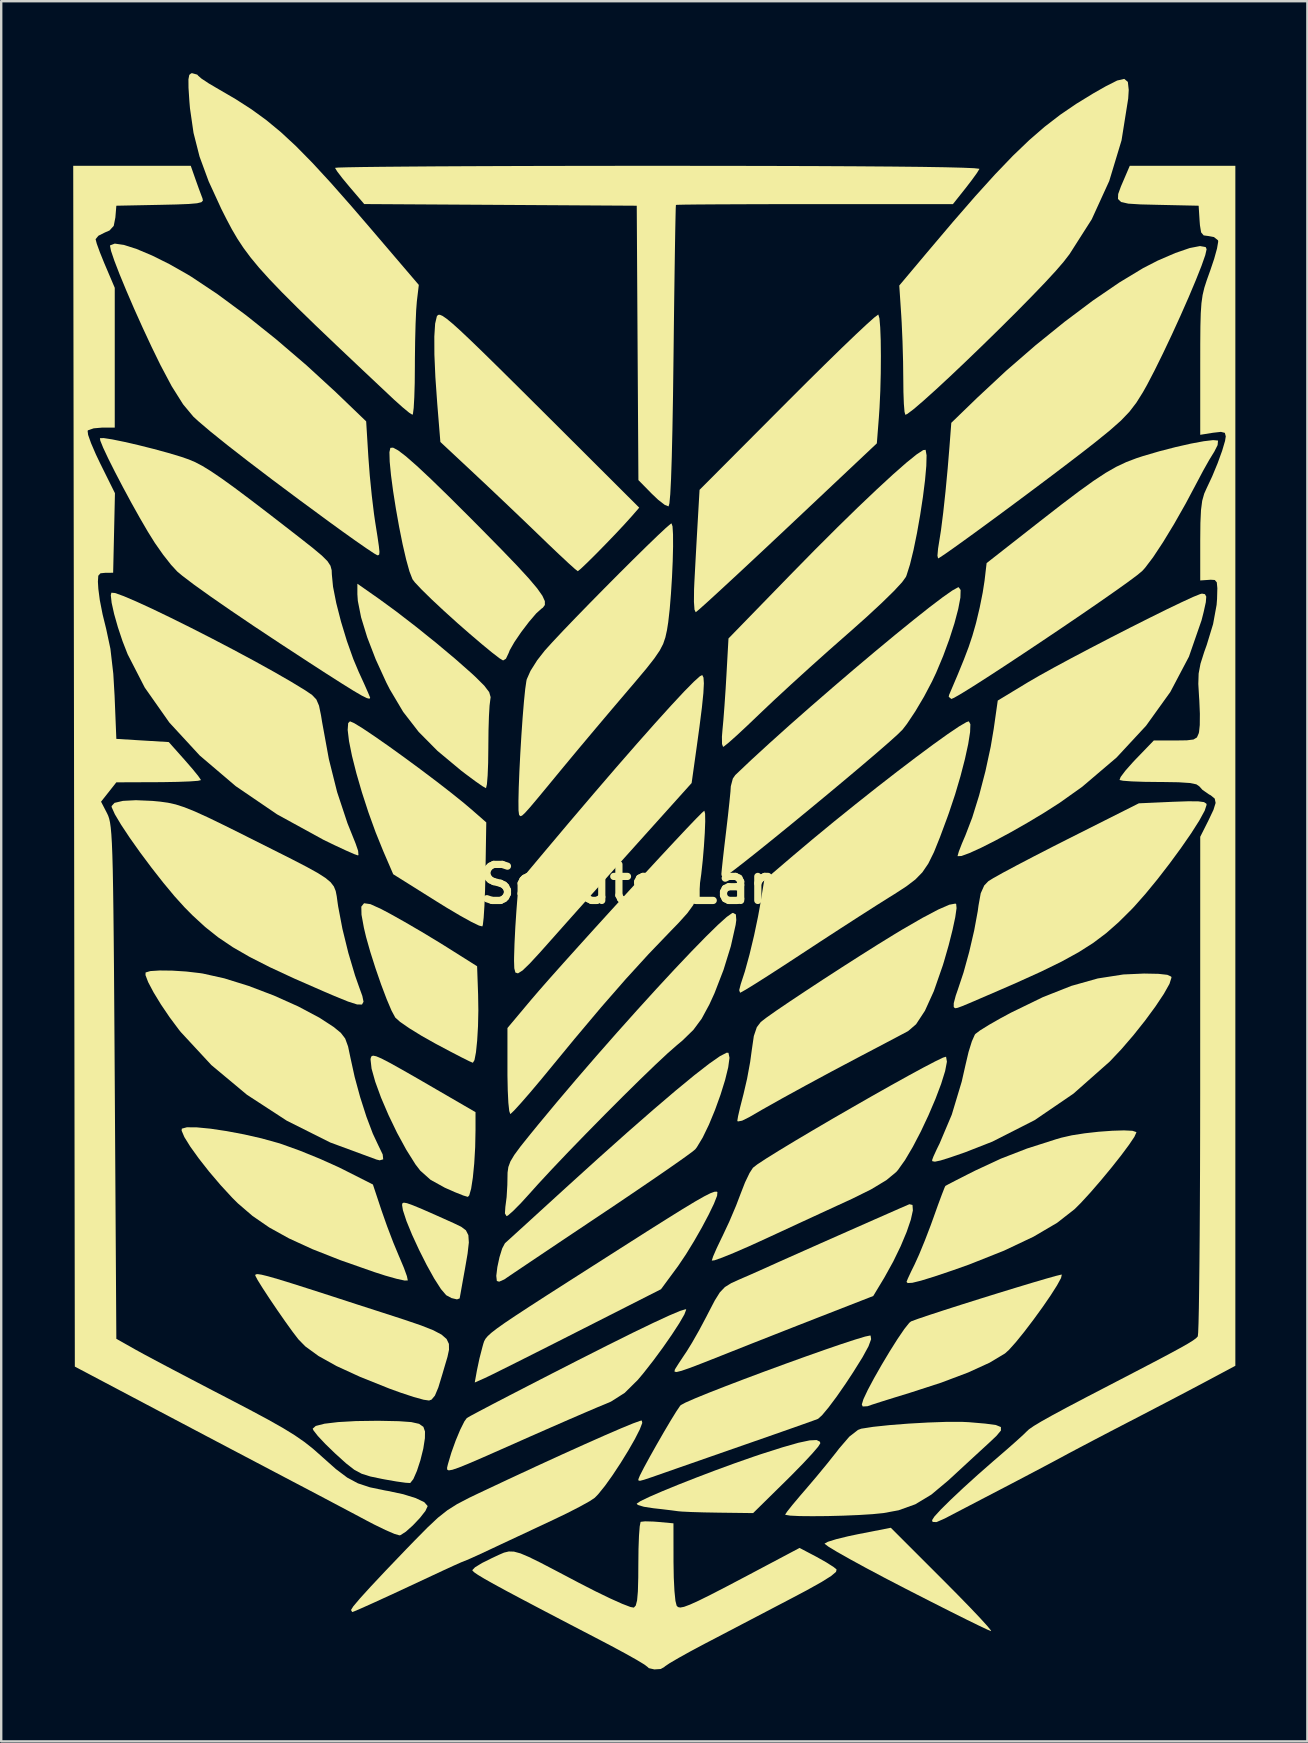
<source format=kicad_pcb>
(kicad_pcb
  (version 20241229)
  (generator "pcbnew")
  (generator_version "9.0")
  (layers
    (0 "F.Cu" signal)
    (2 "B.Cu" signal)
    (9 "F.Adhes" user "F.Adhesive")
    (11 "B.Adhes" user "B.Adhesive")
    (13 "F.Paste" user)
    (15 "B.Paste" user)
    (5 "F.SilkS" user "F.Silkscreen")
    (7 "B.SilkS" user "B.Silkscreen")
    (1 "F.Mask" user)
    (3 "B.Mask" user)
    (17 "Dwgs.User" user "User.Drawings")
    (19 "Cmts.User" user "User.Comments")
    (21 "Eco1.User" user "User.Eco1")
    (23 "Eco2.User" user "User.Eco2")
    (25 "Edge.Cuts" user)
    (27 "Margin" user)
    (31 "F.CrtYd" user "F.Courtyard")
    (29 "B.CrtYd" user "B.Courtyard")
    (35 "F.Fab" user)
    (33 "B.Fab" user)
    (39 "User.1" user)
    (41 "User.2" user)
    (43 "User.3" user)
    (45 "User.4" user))
  (footprint "Scouts_Large"
    (layer "F.Cu")
    (at 24.337 33.778)
    (property "Reference" "Scouts_Large" (at 0 0 0) (layer "F.SilkS") (effects (font (size 1.5 1.5) (thickness 0.3))))
    (attr board_only exclude_from_pos_files exclude_from_bom)
    (fp_poly (pts (xy 11.874 28.964) (xy 12.48 29.575) (xy 13.01 30.119) (xy 13.437 30.569) (xy 13.738 30.9) (xy 13.888 31.084) (xy 13.896 31.114) (xy 13.748 31.055) (xy 13.395 30.888) (xy 12.867 30.63) (xy 12.196 30.295) (xy 11.413 29.899) (xy 10.547 29.457) (xy 10.342 29.352) (xy 9.471 28.9) (xy 8.684 28.482) (xy 8.011 28.114) (xy 7.48 27.814) (xy 7.122 27.597) (xy 6.965 27.48) (xy 6.96 27.468) (xy 7.099 27.392) (xy 7.443 27.285) (xy 7.937 27.164) (xy 8.359 27.075) (xy 9.719 26.809)) (stroke (width 0) (type solid)) (fill yes) (layer "F.SilkS"))
    (fp_poly (pts (xy -11.716 7.17) (xy -11.489 7.267) (xy -11.141 7.448) (xy -10.644 7.725) (xy -9.969 8.111) (xy -9.209 8.552) (xy -7.58 9.497) (xy -7.58 10.247) (xy -7.594 10.954) (xy -7.633 11.629) (xy -7.691 12.222) (xy -7.762 12.683) (xy -7.841 12.964) (xy -7.899 13.026) (xy -8.087 12.97) (xy -8.438 12.83) (xy -8.859 12.644) (xy -9.453 12.315) (xy -9.88 11.935) (xy -10.078 11.678) (xy -10.464 11.063) (xy -10.847 10.36) (xy -11.204 9.619) (xy -11.515 8.893) (xy -11.757 8.23) (xy -11.91 7.683) (xy -11.953 7.301) (xy -11.945 7.245) (xy -11.916 7.172) (xy -11.849 7.143)) (stroke (width 0) (type solid)) (fill yes) (layer "F.SilkS"))
    (fp_poly (pts (xy -10.435 13.289) (xy -10.188 13.377) (xy -9.797 13.539) (xy -9.229 13.789) (xy -8.478 14.126) (xy -8.177 14.271) (xy -7.98 14.419) (xy -7.878 14.621) (xy -7.858 14.927) (xy -7.91 15.387) (xy -8.024 16.051) (xy -8.044 16.158) (xy -8.133 16.653) (xy -8.201 17.035) (xy -8.238 17.238) (xy -8.24 17.255) (xy -8.352 17.296) (xy -8.579 17.242) (xy -8.801 17.122) (xy -8.801 17.122) (xy -9.019 16.867) (xy -9.301 16.427) (xy -9.615 15.862) (xy -9.932 15.233) (xy -10.223 14.603) (xy -10.457 14.032) (xy -10.604 13.582) (xy -10.639 13.365) (xy -10.627 13.295) (xy -10.57 13.266)) (stroke (width 0) (type solid)) (fill yes) (layer "F.SilkS"))
    (fp_poly (pts (xy 6.766 23.225) (xy 6.782 23.291) (xy 6.692 23.433) (xy 6.443 23.723) (xy 6.07 24.124) (xy 5.606 24.598) (xy 5.383 24.82) (xy 3.983 26.198) (xy 2.557 26.18) (xy 1.941 26.169) (xy 1.405 26.153) (xy 1.015 26.134) (xy 0.864 26.121) (xy 0.587 26.084) (xy 0.158 26.032) (xy -0.168 25.996) (xy -0.565 25.935) (xy -0.817 25.861) (xy -0.868 25.804) (xy -0.71 25.7) (xy -0.343 25.523) (xy 0.194 25.29) (xy 0.859 25.017) (xy 1.612 24.721) (xy 2.411 24.417) (xy 3.217 24.122) (xy 3.988 23.852) (xy 4.299 23.747) (xy 5.196 23.461) (xy 5.868 23.269) (xy 6.338 23.169) (xy 6.63 23.155)) (stroke (width 0) (type solid)) (fill yes) (layer "F.SilkS"))
    (fp_poly (pts (xy -12.632 -6.705) (xy -12.281 -6.49) (xy -11.795 -6.164) (xy -11.208 -5.755) (xy -10.558 -5.287) (xy -9.881 -4.788) (xy -9.213 -4.285) (xy -8.592 -3.803) (xy -8.054 -3.37) (xy -7.722 -3.088) (xy -7.132 -2.572) (xy -7.166 -0.455) (xy -7.183 0.271) (xy -7.209 0.902) (xy -7.24 1.391) (xy -7.274 1.691) (xy -7.295 1.76) (xy -7.434 1.726) (xy -7.756 1.57) (xy -8.222 1.312) (xy -8.792 0.974) (xy -9.199 0.722) (xy -11.008 -0.413) (xy -11.421 -1.37) (xy -11.741 -2.161) (xy -12.041 -2.99) (xy -12.311 -3.821) (xy -12.542 -4.617) (xy -12.725 -5.341) (xy -12.849 -5.956) (xy -12.905 -6.425) (xy -12.884 -6.71) (xy -12.809 -6.782)) (stroke (width 0) (type solid)) (fill yes) (layer "F.SilkS"))
    (fp_poly (pts (xy -11.517 22.355) (xy -10.774 22.37) (xy -10.257 22.407) (xy -9.93 22.48) (xy -9.751 22.606) (xy -9.684 22.8) (xy -9.688 23.076) (xy -9.688 23.079) (xy -9.756 23.516) (xy -9.875 23.995) (xy -10.021 24.442) (xy -10.17 24.782) (xy -10.297 24.942) (xy -10.306 24.945) (xy -10.493 24.934) (xy -10.866 24.882) (xy -11.354 24.797) (xy -11.466 24.776) (xy -11.96 24.673) (xy -12.322 24.559) (xy -12.633 24.391) (xy -12.973 24.125) (xy -13.423 23.718) (xy -13.428 23.714) (xy -13.831 23.323) (xy -14.148 22.986) (xy -14.332 22.75) (xy -14.362 22.68) (xy -14.235 22.568) (xy -13.872 22.475) (xy -13.304 22.407) (xy -12.561 22.365) (xy -11.673 22.353)) (stroke (width 0) (type solid)) (fill yes) (layer "F.SilkS"))
    (fp_poly (pts (xy -11.958 0.833) (xy -11.513 1.035) (xy -11.137 1.234) (xy -10.53 1.574) (xy -9.814 1.992) (xy -9.103 2.421) (xy -8.777 2.624) (xy -7.514 3.42) (xy -7.472 4.603) (xy -7.462 5.262) (xy -7.476 5.916) (xy -7.511 6.514) (xy -7.561 7.003) (xy -7.623 7.329) (xy -7.69 7.44) (xy -7.835 7.378) (xy -8.166 7.213) (xy -8.634 6.97) (xy -9.193 6.673) (xy -9.24 6.648) (xy -9.823 6.32) (xy -10.334 6.005) (xy -10.719 5.74) (xy -10.921 5.559) (xy -10.922 5.558) (xy -11.078 5.269) (xy -11.282 4.788) (xy -11.513 4.177) (xy -11.747 3.5) (xy -11.963 2.822) (xy -12.138 2.204) (xy -12.229 1.82) (xy -12.329 1.273) (xy -12.337 0.937) (xy -12.223 0.795)) (stroke (width 0) (type solid)) (fill yes) (layer "F.SilkS"))
    (fp_poly (pts (xy -11.603 -11.885) (xy -10.883 -11.359) (xy -10.061 -10.725) (xy -9.214 -10.044) (xy -8.417 -9.376) (xy -7.744 -8.782) (xy -7.598 -8.647) (xy -7.216 -8.268) (xy -7.011 -7.999) (xy -6.95 -7.789) (xy -6.965 -7.679) (xy -6.995 -7.435) (xy -7.021 -6.988) (xy -7.039 -6.399) (xy -7.046 -5.731) (xy -7.046 -5.685) (xy -7.054 -5.05) (xy -7.075 -4.524) (xy -7.105 -4.159) (xy -7.142 -4.002) (xy -7.148 -3.999) (xy -7.291 -4.08) (xy -7.59 -4.288) (xy -7.989 -4.585) (xy -8.179 -4.73) (xy -9.161 -5.548) (xy -9.948 -6.342) (xy -10.593 -7.175) (xy -11.15 -8.113) (xy -11.3 -8.407) (xy -11.738 -9.365) (xy -12.092 -10.284) (xy -12.346 -11.113) (xy -12.482 -11.798) (xy -12.501 -12.075) (xy -12.501 -12.514)) (stroke (width 0) (type solid)) (fill yes) (layer "F.SilkS"))
    (fp_poly (pts (xy 9.245 -23.567) (xy 9.277 -23.195) (xy 9.298 -22.657) (xy 9.305 -22.002) (xy 9.3 -21.281) (xy 9.281 -20.543) (xy 9.248 -19.838) (xy 9.222 -19.453) (xy 9.137 -18.361) (xy 5.426 -14.865) (xy 4.594 -14.084) (xy 3.822 -13.362) (xy 3.129 -12.718) (xy 2.539 -12.173) (xy 2.073 -11.746) (xy 1.752 -11.459) (xy 1.599 -11.331) (xy 1.592 -11.327) (xy 1.542 -11.431) (xy 1.518 -11.76) (xy 1.523 -12.275) (xy 1.537 -12.59) (xy 1.578 -13.357) (xy 1.625 -14.216) (xy 1.67 -15.006) (xy 1.679 -15.16) (xy 1.752 -16.424) (xy 5.421 -20.107) (xy 6.233 -20.918) (xy 6.989 -21.664) (xy 7.666 -22.325) (xy 8.246 -22.881) (xy 8.706 -23.312) (xy 9.027 -23.599) (xy 9.187 -23.721) (xy 9.199 -23.723)) (stroke (width 0) (type solid)) (fill yes) (layer "F.SilkS"))
    (fp_poly (pts (xy -20.213 3.602) (xy -19.631 3.639) (xy -19.056 3.706) (xy -18.943 3.723) (xy -18.042 3.924) (xy -17.028 4.24) (xy -15.978 4.64) (xy -14.971 5.091) (xy -14.084 5.562) (xy -13.491 5.948) (xy -13.193 6.191) (xy -13.009 6.431) (xy -12.889 6.759) (xy -12.788 7.238) (xy -12.615 8.027) (xy -12.386 8.869) (xy -12.125 9.685) (xy -11.858 10.392) (xy -11.634 10.87) (xy -11.446 11.26) (xy -11.425 11.463) (xy -11.572 11.504) (xy -11.703 11.472) (xy -13.632 10.76) (xy -15.442 9.853) (xy -17.102 8.772) (xy -18.583 7.536) (xy -19.855 6.163) (xy -19.933 6.066) (xy -20.321 5.546) (xy -20.683 5.011) (xy -20.99 4.508) (xy -21.214 4.085) (xy -21.327 3.789) (xy -21.322 3.679) (xy -21.126 3.621) (xy -20.734 3.596)) (stroke (width 0) (type solid)) (fill yes) (layer "F.SilkS"))
    (fp_poly (pts (xy 1.916 -8.605) (xy 1.932 -8.363) (xy 1.911 -7.956) (xy 1.85 -7.359) (xy 1.747 -6.545) (xy 1.635 -5.73) (xy 1.422 -4.211) (xy -0.852 -1.681) (xy -1.555 -0.898) (xy -2.276 -0.093) (xy -2.972 0.685) (xy -3.599 1.388) (xy -4.113 1.966) (xy -4.322 2.201) (xy -4.9 2.851) (xy -5.326 3.312) (xy -5.622 3.597) (xy -5.812 3.716) (xy -5.919 3.682) (xy -5.965 3.505) (xy -5.975 3.197) (xy -5.973 3.027) (xy -5.956 2.475) (xy -5.922 1.796) (xy -5.878 1.127) (xy -5.873 1.064) (xy -5.785 -0.066) (xy -4.725 -1.33) (xy -3.662 -2.592) (xy -2.654 -3.775) (xy -1.715 -4.866) (xy -0.856 -5.85) (xy -0.092 -6.712) (xy 0.566 -7.439) (xy 1.103 -8.016) (xy 1.509 -8.428) (xy 1.768 -8.661) (xy 1.865 -8.709)) (stroke (width 0) (type solid)) (fill yes) (layer "F.SilkS"))
    (fp_poly (pts (xy -8.953 -23.669) (xy -8.785 -23.553) (xy -8.546 -23.356) (xy -8.221 -23.064) (xy -7.795 -22.662) (xy -7.252 -22.137) (xy -6.577 -21.474) (xy -5.756 -20.661) (xy -4.772 -19.682) (xy -4.004 -18.917) (xy -0.761 -15.682) (xy -1.075 -15.321) (xy -1.372 -14.992) (xy -1.748 -14.59) (xy -2.161 -14.161) (xy -2.566 -13.748) (xy -2.923 -13.394) (xy -3.188 -13.143) (xy -3.317 -13.037) (xy -3.321 -13.036) (xy -3.436 -13.126) (xy -3.706 -13.368) (xy -4.095 -13.731) (xy -4.569 -14.182) (xy -4.794 -14.4) (xy -5.464 -15.045) (xy -6.231 -15.777) (xy -6.996 -16.502) (xy -7.62 -17.088) (xy -9.044 -18.418) (xy -9.174 -20.014) (xy -9.252 -21.119) (xy -9.293 -22.059) (xy -9.296 -22.81) (xy -9.262 -23.348) (xy -9.191 -23.65) (xy -9.182 -23.666) (xy -9.136 -23.712) (xy -9.065 -23.717)) (stroke (width 0) (type solid)) (fill yes) (layer "F.SilkS"))
    (fp_poly (pts (xy 20.869 3.736) (xy 21.236 3.777) (xy 21.397 3.851) (xy 21.41 3.89) (xy 21.326 4.154) (xy 21.092 4.57) (xy 20.743 5.094) (xy 20.31 5.683) (xy 19.825 6.293) (xy 19.32 6.879) (xy 18.835 7.392) (xy 17.327 8.726) (xy 15.71 9.83) (xy 13.947 10.726) (xy 12.81 11.171) (xy 12.196 11.383) (xy 11.792 11.51) (xy 11.557 11.56) (xy 11.453 11.542) (xy 11.437 11.499) (xy 11.492 11.349) (xy 11.632 11.043) (xy 11.751 10.801) (xy 12.258 9.602) (xy 12.672 8.226) (xy 12.833 7.516) (xy 12.957 6.99) (xy 13.094 6.549) (xy 13.217 6.272) (xy 13.241 6.24) (xy 13.435 6.093) (xy 13.808 5.861) (xy 14.303 5.579) (xy 14.73 5.35) (xy 16.052 4.707) (xy 17.238 4.238) (xy 18.339 3.928) (xy 19.405 3.762) (xy 20.266 3.724)) (stroke (width 0) (type solid)) (fill yes) (layer "F.SilkS"))
    (fp_poly (pts (xy -22.593 -12.126) (xy -22.237 -11.998) (xy -21.713 -11.774) (xy -21.051 -11.47) (xy -20.285 -11.101) (xy -19.445 -10.684) (xy -18.565 -10.235) (xy -17.676 -9.77) (xy -16.809 -9.305) (xy -15.998 -8.856) (xy -15.273 -8.439) (xy -14.675 -8.075) (xy -14.388 -7.88) (xy -14.21 -7.693) (xy -14.099 -7.435) (xy -14.015 -7.029) (xy -13.971 -6.756) (xy -13.689 -5.211) (xy -13.345 -3.837) (xy -12.915 -2.54) (xy -12.576 -1.696) (xy -12.47 -1.388) (xy -12.456 -1.212) (xy -12.477 -1.197) (xy -12.636 -1.252) (xy -12.979 -1.403) (xy -13.453 -1.624) (xy -13.909 -1.845) (xy -15.847 -2.908) (xy -17.569 -4.082) (xy -19.067 -5.358) (xy -20.332 -6.73) (xy -21.358 -8.189) (xy -22.07 -9.575) (xy -22.283 -10.121) (xy -22.476 -10.7) (xy -22.633 -11.253) (xy -22.737 -11.719) (xy -22.772 -12.038) (xy -22.748 -12.14)) (stroke (width 0) (type solid)) (fill yes) (layer "F.SilkS"))
    (fp_poly (pts (xy -19.187 10.131) (xy -18.616 10.186) (xy -17.943 10.287) (xy -17.218 10.424) (xy -16.493 10.589) (xy -15.819 10.776) (xy -15.638 10.833) (xy -14.893 11.102) (xy -14.069 11.437) (xy -13.307 11.779) (xy -13.075 11.893) (xy -11.854 12.511) (xy -11.491 13.603) (xy -11.264 14.248) (xy -11.005 14.927) (xy -10.766 15.502) (xy -10.746 15.547) (xy -10.562 15.985) (xy -10.438 16.327) (xy -10.401 16.504) (xy -10.402 16.507) (xy -10.535 16.511) (xy -10.865 16.439) (xy -11.341 16.305) (xy -11.8 16.157) (xy -13.199 15.666) (xy -14.371 15.205) (xy -15.35 14.756) (xy -16.171 14.301) (xy -16.868 13.821) (xy -17.476 13.299) (xy -17.703 13.074) (xy -18.201 12.533) (xy -18.68 11.97) (xy -19.109 11.423) (xy -19.462 10.931) (xy -19.709 10.533) (xy -19.822 10.267) (xy -19.813 10.184) (xy -19.602 10.127)) (stroke (width 0) (type solid)) (fill yes) (layer "F.SilkS"))
    (fp_poly (pts (xy 16.809 16.407) (xy 16.643 16.711) (xy 16.375 17.132) (xy 16.037 17.624) (xy 15.661 18.142) (xy 15.282 18.64) (xy 14.93 19.075) (xy 14.639 19.4) (xy 14.475 19.548) (xy 13.835 19.932) (xy 12.945 20.339) (xy 11.819 20.764) (xy 10.506 21.19) (xy 9.887 21.38) (xy 9.347 21.549) (xy 8.945 21.678) (xy 8.744 21.747) (xy 8.547 21.757) (xy 8.511 21.673) (xy 8.578 21.453) (xy 8.759 21.069) (xy 9.023 20.574) (xy 9.338 20.021) (xy 9.673 19.461) (xy 9.997 18.948) (xy 10.278 18.535) (xy 10.486 18.274) (xy 10.562 18.213) (xy 10.854 18.105) (xy 11.328 17.945) (xy 11.94 17.745) (xy 12.649 17.518) (xy 13.413 17.277) (xy 14.191 17.035) (xy 14.941 16.805) (xy 15.62 16.6) (xy 16.187 16.433) (xy 16.6 16.317) (xy 16.818 16.265) (xy 16.841 16.265)) (stroke (width 0) (type solid)) (fill yes) (layer "F.SilkS"))
    (fp_poly (pts (xy -16.495 16.267) (xy -16.226 16.333) (xy -15.825 16.448) (xy -15.267 16.619) (xy -14.529 16.854) (xy -13.584 17.158) (xy -12.548 17.495) (xy -11.428 17.856) (xy -10.535 18.146) (xy -9.847 18.381) (xy -9.34 18.581) (xy -8.994 18.764) (xy -8.784 18.948) (xy -8.688 19.151) (xy -8.684 19.393) (xy -8.748 19.691) (xy -8.859 20.065) (xy -8.961 20.413) (xy -9.129 20.966) (xy -9.271 21.304) (xy -9.41 21.47) (xy -9.516 21.509) (xy -9.741 21.476) (xy -10.15 21.363) (xy -10.682 21.188) (xy -11.171 21.011) (xy -12.391 20.522) (xy -13.369 20.073) (xy -14.123 19.653) (xy -14.672 19.252) (xy -14.958 18.96) (xy -15.196 18.649) (xy -15.5 18.227) (xy -15.834 17.747) (xy -16.162 17.262) (xy -16.448 16.825) (xy -16.657 16.489) (xy -16.753 16.306) (xy -16.756 16.294) (xy -16.735 16.254) (xy -16.656 16.243)) (stroke (width 0) (type solid)) (fill yes) (layer "F.SilkS"))
    (fp_poly (pts (xy 12.966 22.411) (xy 13.652 22.47) (xy 14.092 22.528) (xy 14.304 22.614) (xy 14.306 22.757) (xy 14.116 22.985) (xy 13.753 23.326) (xy 13.624 23.444) (xy 13.129 23.899) (xy 12.622 24.367) (xy 12.195 24.761) (xy 12.115 24.835) (xy 11.404 25.43) (xy 10.739 25.831) (xy 10.042 26.081) (xy 9.413 26.197) (xy 8.959 26.242) (xy 8.382 26.278) (xy 7.737 26.305) (xy 7.076 26.322) (xy 6.452 26.327) (xy 5.917 26.322) (xy 5.526 26.303) (xy 5.332 26.271) (xy 5.319 26.259) (xy 5.401 26.134) (xy 5.621 25.857) (xy 5.941 25.476) (xy 6.155 25.228) (xy 6.609 24.695) (xy 7.076 24.128) (xy 7.473 23.629) (xy 7.561 23.513) (xy 7.989 23.015) (xy 8.352 22.733) (xy 8.487 22.682) (xy 8.982 22.605) (xy 9.663 22.533) (xy 10.451 22.471) (xy 11.267 22.425) (xy 12.031 22.398) (xy 12.664 22.397)) (stroke (width 0) (type solid)) (fill yes) (layer "F.SilkS"))
    (fp_poly (pts (xy 22.804 -12.078) (xy 22.858 -11.976) (xy 22.84 -11.744) (xy 22.75 -11.336) (xy 22.662 -10.99) (xy 22.137 -9.476) (xy 21.362 -8.006) (xy 20.352 -6.6) (xy 19.124 -5.276) (xy 17.691 -4.056) (xy 16.756 -3.391) (xy 16.107 -2.976) (xy 15.418 -2.562) (xy 14.725 -2.167) (xy 14.067 -1.812) (xy 13.479 -1.515) (xy 12.998 -1.296) (xy 12.662 -1.173) (xy 12.507 -1.165) (xy 12.501 -1.182) (xy 12.551 -1.357) (xy 12.681 -1.693) (xy 12.825 -2.03) (xy 13.11 -2.773) (xy 13.396 -3.694) (xy 13.66 -4.706) (xy 13.879 -5.72) (xy 14.005 -6.467) (xy 14.173 -7.647) (xy 15.431 -8.409) (xy 15.901 -8.682) (xy 16.514 -9.022) (xy 17.236 -9.411) (xy 18.031 -9.83) (xy 18.862 -10.262) (xy 19.693 -10.687) (xy 20.49 -11.088) (xy 21.215 -11.447) (xy 21.834 -11.744) (xy 22.309 -11.963) (xy 22.606 -12.083) (xy 22.68 -12.102)) (stroke (width 0) (type solid)) (fill yes) (layer "F.SilkS"))
    (fp_poly (pts (xy 19.592 -33.417) (xy 19.629 -33.081) (xy 19.607 -32.724) (xy 19.329 -30.981) (xy 18.817 -29.289) (xy 18.088 -27.693) (xy 17.161 -26.239) (xy 16.912 -25.917) (xy 16.589 -25.543) (xy 16.137 -25.053) (xy 15.581 -24.475) (xy 14.949 -23.833) (xy 14.267 -23.154) (xy 13.564 -22.466) (xy 12.866 -21.793) (xy 12.201 -21.162) (xy 11.595 -20.6) (xy 11.076 -20.133) (xy 10.671 -19.786) (xy 10.407 -19.587) (xy 10.324 -19.549) (xy 10.29 -19.673) (xy 10.262 -20.008) (xy 10.244 -20.501) (xy 10.239 -20.978) (xy 10.23 -21.755) (xy 10.206 -22.608) (xy 10.171 -23.397) (xy 10.155 -23.671) (xy 10.071 -24.935) (xy 11.244 -26.331) (xy 12.31 -27.589) (xy 13.241 -28.659) (xy 14.062 -29.566) (xy 14.8 -30.335) (xy 15.481 -30.988) (xy 16.13 -31.551) (xy 16.774 -32.047) (xy 17.438 -32.5) (xy 18.149 -32.936) (xy 18.669 -33.232) (xy 19.147 -33.474) (xy 19.443 -33.542)) (stroke (width 0) (type solid)) (fill yes) (layer "F.SilkS"))
    (fp_poly (pts (xy 2.496 12.825) (xy 2.482 12.981) (xy 2.351 13.313) (xy 2.129 13.772) (xy 1.844 14.309) (xy 1.52 14.875) (xy 1.185 15.421) (xy 0.864 15.898) (xy 0.802 15.983) (xy 0.146 16.873) (xy -3.342 18.643) (xy -4.247 19.102) (xy -5.092 19.528) (xy -5.843 19.906) (xy -6.466 20.217) (xy -6.926 20.445) (xy -7.192 20.573) (xy -7.221 20.586) (xy -7.612 20.759) (xy -7.521 20.254) (xy -7.416 19.757) (xy -7.288 19.262) (xy -7.286 19.256) (xy -7.254 19.14) (xy -7.22 19.039) (xy -7.165 18.938) (xy -7.071 18.825) (xy -6.918 18.686) (xy -6.688 18.508) (xy -6.363 18.277) (xy -5.924 17.982) (xy -5.352 17.607) (xy -4.629 17.14) (xy -3.736 16.568) (xy -2.653 15.877) (xy -1.525 15.157) (xy -0.471 14.486) (xy 0.382 13.948) (xy 1.054 13.53) (xy 1.569 13.219) (xy 1.946 13.005) (xy 2.208 12.873) (xy 2.375 12.812) (xy 2.47 12.809)) (stroke (width 0) (type solid)) (fill yes) (layer "F.SilkS"))
    (fp_poly (pts (xy -10.801 -18.067) (xy -10.475 -17.817) (xy -10.023 -17.421) (xy -9.433 -16.869) (xy -8.692 -16.148) (xy -7.789 -15.248) (xy -7.347 -14.803) (xy -6.514 -13.956) (xy -5.856 -13.273) (xy -5.361 -12.735) (xy -5.012 -12.321) (xy -4.794 -12.012) (xy -4.692 -11.788) (xy -4.691 -11.628) (xy -4.777 -11.513) (xy -4.83 -11.477) (xy -5.052 -11.277) (xy -5.352 -10.926) (xy -5.675 -10.502) (xy -5.961 -10.082) (xy -6.155 -9.743) (xy -6.199 -9.629) (xy -6.313 -9.389) (xy -6.431 -9.317) (xy -6.576 -9.404) (xy -6.883 -9.64) (xy -7.316 -9.996) (xy -7.841 -10.444) (xy -8.312 -10.856) (xy -8.891 -11.379) (xy -9.408 -11.862) (xy -9.825 -12.271) (xy -10.106 -12.569) (xy -10.205 -12.7) (xy -10.331 -13.024) (xy -10.471 -13.529) (xy -10.618 -14.165) (xy -10.762 -14.883) (xy -10.896 -15.635) (xy -11.012 -16.37) (xy -11.101 -17.041) (xy -11.155 -17.598) (xy -11.166 -17.992) (xy -11.127 -18.173) (xy -11.015 -18.182)) (stroke (width 0) (type solid)) (fill yes) (layer "F.SilkS"))
    (fp_poly (pts (xy 1.983 -2.936) (xy 1.988 -2.609) (xy 1.97 -2.134) (xy 1.934 -1.572) (xy 1.884 -0.982) (xy 1.823 -0.42) (xy 1.757 0.052) (xy 1.72 0.251) (xy 1.628 0.581) (xy 1.482 0.882) (xy 1.243 1.21) (xy 0.872 1.622) (xy 0.552 1.951) (xy -0.37 2.912) (xy -1.325 3.958) (xy -2.345 5.126) (xy -3.461 6.452) (xy -4.307 7.48) (xy -4.829 8.114) (xy -5.298 8.671) (xy -5.688 9.119) (xy -5.971 9.429) (xy -6.12 9.57) (xy -6.132 9.575) (xy -6.175 9.45) (xy -6.212 9.108) (xy -6.237 8.596) (xy -6.25 7.965) (xy -6.25 7.784) (xy -6.25 5.993) (xy -5.265 4.819) (xy -4.933 4.432) (xy -4.48 3.916) (xy -3.93 3.299) (xy -3.305 2.604) (xy -2.63 1.857) (xy -1.926 1.083) (xy -1.217 0.308) (xy -0.527 -0.444) (xy 0.123 -1.148) (xy 0.709 -1.778) (xy 1.208 -2.309) (xy 1.597 -2.716) (xy 1.853 -2.974) (xy 1.951 -3.059)) (stroke (width 0) (type solid)) (fill yes) (layer "F.SilkS"))
    (fp_poly (pts (xy 11.208 -17.86) (xy 11.197 -17.421) (xy 11.144 -16.826) (xy 11.056 -16.126) (xy 10.941 -15.374) (xy 10.808 -14.62) (xy 10.664 -13.917) (xy 10.517 -13.316) (xy 10.376 -12.868) (xy 10.348 -12.798) (xy 10.188 -12.576) (xy 9.847 -12.208) (xy 9.349 -11.721) (xy 8.719 -11.136) (xy 7.981 -10.479) (xy 7.913 -10.42) (xy 7.144 -9.743) (xy 6.34 -9.023) (xy 5.558 -8.312) (xy 4.856 -7.663) (xy 4.291 -7.129) (xy 4.244 -7.083) (xy 3.741 -6.603) (xy 3.304 -6.196) (xy 2.967 -5.896) (xy 2.768 -5.736) (xy 2.732 -5.718) (xy 2.688 -5.837) (xy 2.684 -6.143) (xy 2.706 -6.416) (xy 2.745 -6.84) (xy 2.791 -7.44) (xy 2.838 -8.131) (xy 2.87 -8.674) (xy 2.957 -10.234) (xy 5.568 -12.919) (xy 6.553 -13.922) (xy 7.486 -14.854) (xy 8.351 -15.699) (xy 9.132 -16.441) (xy 9.81 -17.066) (xy 10.37 -17.558) (xy 10.795 -17.901) (xy 11.068 -18.08) (xy 11.168 -18.091)) (stroke (width 0) (type solid)) (fill yes) (layer "F.SilkS"))
    (fp_poly (pts (xy 19.784 10.274) (xy 19.944 10.327) (xy 19.948 10.34) (xy 19.865 10.524) (xy 19.639 10.86) (xy 19.307 11.306) (xy 18.904 11.815) (xy 18.465 12.345) (xy 18.028 12.85) (xy 17.627 13.286) (xy 17.369 13.542) (xy 16.643 14.109) (xy 15.662 14.685) (xy 14.438 15.265) (xy 12.981 15.844) (xy 12.314 16.081) (xy 11.534 16.344) (xy 10.977 16.516) (xy 10.615 16.605) (xy 10.422 16.616) (xy 10.373 16.567) (xy 10.428 16.428) (xy 10.569 16.126) (xy 10.705 15.85) (xy 10.897 15.428) (xy 11.135 14.849) (xy 11.38 14.21) (xy 11.492 13.9) (xy 11.685 13.36) (xy 11.847 12.923) (xy 11.956 12.644) (xy 11.991 12.571) (xy 12.121 12.499) (xy 12.437 12.335) (xy 12.885 12.107) (xy 13.239 11.929) (xy 14.306 11.433) (xy 15.39 11.013) (xy 16.607 10.624) (xy 16.823 10.561) (xy 17.259 10.462) (xy 17.797 10.378) (xy 18.377 10.313) (xy 18.941 10.272) (xy 19.43 10.257)) (stroke (width 0) (type solid)) (fill yes) (layer "F.SilkS"))
    (fp_poly (pts (xy 1.197 17.718) (xy 1.12 17.922) (xy 0.91 18.286) (xy 0.602 18.76) (xy 0.229 19.297) (xy -0.176 19.847) (xy -0.58 20.363) (xy -0.819 20.648) (xy -1.368 21.192) (xy -1.936 21.553) (xy -2.149 21.645) (xy -2.482 21.782) (xy -3.011 22.008) (xy -3.688 22.3) (xy -4.465 22.64) (xy -5.296 23.005) (xy -5.577 23.13) (xy -6.552 23.562) (xy -7.31 23.896) (xy -7.877 24.14) (xy -8.279 24.303) (xy -8.542 24.393) (xy -8.694 24.419) (xy -8.759 24.389) (xy -8.765 24.312) (xy -8.738 24.196) (xy -8.725 24.146) (xy -8.587 23.681) (xy -8.407 23.18) (xy -8.215 22.72) (xy -8.043 22.377) (xy -7.941 22.238) (xy -7.789 22.15) (xy -7.428 21.957) (xy -6.883 21.67) (xy -6.183 21.306) (xy -5.353 20.878) (xy -4.422 20.399) (xy -3.416 19.885) (xy -3.291 19.821) (xy -2.067 19.202) (xy -1.023 18.683) (xy -0.167 18.27) (xy 0.491 17.966) (xy 0.939 17.777) (xy 1.168 17.707)) (stroke (width 0) (type solid)) (fill yes) (layer "F.SilkS"))
    (fp_poly (pts (xy 2.956 7.025) (xy 2.999 7.234) (xy 2.946 7.629) (xy 2.816 8.159) (xy 2.626 8.77) (xy 2.395 9.408) (xy 2.141 10.022) (xy 1.882 10.557) (xy 1.638 10.961) (xy 1.571 11.047) (xy 1.422 11.168) (xy 1.078 11.418) (xy 0.567 11.777) (xy -0.085 12.227) (xy -0.85 12.749) (xy -1.702 13.325) (xy -2.371 13.773) (xy -3.272 14.375) (xy -4.11 14.936) (xy -4.857 15.437) (xy -5.487 15.86) (xy -5.97 16.185) (xy -6.28 16.395) (xy -6.381 16.465) (xy -6.596 16.559) (xy -6.692 16.529) (xy -6.715 16.316) (xy -6.671 15.953) (xy -6.582 15.539) (xy -6.469 15.174) (xy -6.354 14.957) (xy -6.348 14.952) (xy -6.207 14.824) (xy -5.899 14.544) (xy -5.452 14.137) (xy -4.897 13.63) (xy -4.261 13.05) (xy -3.79 12.62) (xy -2.456 11.411) (xy -1.248 10.333) (xy -0.174 9.394) (xy 0.756 8.6) (xy 1.535 7.959) (xy 2.154 7.478) (xy 2.605 7.163) (xy 2.878 7.022)) (stroke (width 0) (type solid)) (fill yes) (layer "F.SilkS"))
    (fp_poly (pts (xy 10.622 13.363) (xy 10.638 13.591) (xy 10.552 13.978) (xy 10.378 14.487) (xy 10.13 15.08) (xy 9.82 15.719) (xy 9.461 16.368) (xy 9.408 16.457) (xy 8.987 17.155) (xy 6.721 18.039) (xy 5.823 18.39) (xy 4.847 18.774) (xy 3.887 19.152) (xy 3.035 19.49) (xy 2.67 19.635) (xy 1.909 19.936) (xy 1.363 20.146) (xy 1.001 20.271) (xy 0.794 20.322) (xy 0.71 20.306) (xy 0.719 20.232) (xy 0.746 20.18) (xy 0.875 19.976) (xy 1.091 19.649) (xy 1.209 19.474) (xy 1.441 19.098) (xy 1.736 18.58) (xy 2.037 18.014) (xy 2.114 17.863) (xy 2.385 17.343) (xy 2.597 17.004) (xy 2.808 16.783) (xy 3.071 16.62) (xy 3.355 16.49) (xy 3.905 16.251) (xy 4.489 15.991) (xy 4.721 15.886) (xy 5.022 15.75) (xy 5.502 15.536) (xy 6.116 15.263) (xy 6.82 14.95) (xy 7.57 14.618) (xy 8.319 14.287) (xy 9.025 13.975) (xy 9.641 13.704) (xy 10.123 13.492) (xy 10.427 13.36) (xy 10.494 13.332)) (stroke (width 0) (type solid)) (fill yes) (layer "F.SilkS"))
    (fp_poly (pts (xy 12.056 7.395) (xy 11.981 7.787) (xy 11.815 8.32) (xy 11.578 8.947) (xy 11.289 9.624) (xy 10.969 10.304) (xy 10.636 10.942) (xy 10.311 11.493) (xy 10.014 11.91) (xy 9.942 11.992) (xy 9.532 12.331) (xy 8.893 12.716) (xy 8.112 13.103) (xy 7.507 13.381) (xy 6.737 13.736) (xy 5.879 14.132) (xy 5.009 14.535) (xy 4.488 14.776) (xy 3.787 15.095) (xy 3.176 15.36) (xy 2.693 15.556) (xy 2.376 15.668) (xy 2.261 15.681) (xy 2.261 15.681) (xy 2.317 15.507) (xy 2.465 15.166) (xy 2.675 14.726) (xy 2.709 14.658) (xy 2.991 14.056) (xy 3.273 13.392) (xy 3.461 12.899) (xy 3.646 12.425) (xy 3.835 12.031) (xy 3.977 11.813) (xy 4.164 11.668) (xy 4.539 11.422) (xy 5.07 11.092) (xy 5.724 10.696) (xy 6.471 10.253) (xy 7.276 9.781) (xy 8.11 9.3) (xy 8.938 8.826) (xy 9.73 8.379) (xy 10.454 7.977) (xy 11.077 7.639) (xy 11.567 7.383) (xy 11.892 7.226) (xy 12.02 7.188)) (stroke (width 0) (type solid)) (fill yes) (layer "F.SilkS"))
    (fp_poly (pts (xy 12.441 0.827) (xy 12.457 1) (xy 12.403 1.377) (xy 12.289 1.909) (xy 12.128 2.547) (xy 11.928 3.242) (xy 11.882 3.391) (xy 11.511 4.457) (xy 11.14 5.274) (xy 10.771 5.836) (xy 10.439 6.121) (xy 10.179 6.259) (xy 9.738 6.492) (xy 9.171 6.791) (xy 8.533 7.126) (xy 8.312 7.242) (xy 7.222 7.82) (xy 6.168 8.389) (xy 5.2 8.92) (xy 4.373 9.385) (xy 3.823 9.704) (xy 3.525 9.852) (xy 3.347 9.885) (xy 3.325 9.855) (xy 3.357 9.664) (xy 3.443 9.291) (xy 3.565 8.814) (xy 3.583 8.745) (xy 3.732 8.104) (xy 3.86 7.407) (xy 3.93 6.892) (xy 4.013 6.325) (xy 4.138 5.957) (xy 4.303 5.741) (xy 4.526 5.568) (xy 4.936 5.278) (xy 5.496 4.898) (xy 6.168 4.451) (xy 6.912 3.962) (xy 7.692 3.457) (xy 8.47 2.96) (xy 9.206 2.496) (xy 9.864 2.091) (xy 10.173 1.904) (xy 11.033 1.407) (xy 11.696 1.057) (xy 12.155 0.857) (xy 12.406 0.81)) (stroke (width 0) (type solid)) (fill yes) (layer "F.SilkS"))
    (fp_poly (pts (xy 13.033 -6.663) (xy 13.021 -6.333) (xy 12.942 -5.834) (xy 12.805 -5.207) (xy 12.62 -4.494) (xy 12.396 -3.735) (xy 12.141 -2.972) (xy 12.077 -2.793) (xy 11.768 -1.96) (xy 11.515 -1.331) (xy 11.281 -0.858) (xy 11.034 -0.494) (xy 10.739 -0.192) (xy 10.362 0.095) (xy 9.869 0.415) (xy 9.667 0.54) (xy 9.122 0.883) (xy 8.418 1.333) (xy 7.615 1.851) (xy 6.775 2.397) (xy 5.959 2.932) (xy 5.931 2.951) (xy 5.223 3.414) (xy 4.589 3.823) (xy 4.063 4.157) (xy 3.677 4.394) (xy 3.467 4.512) (xy 3.44 4.521) (xy 3.403 4.416) (xy 3.467 4.166) (xy 3.64 3.636) (xy 3.833 2.931) (xy 4.023 2.139) (xy 4.189 1.346) (xy 4.272 0.886) (xy 4.444 -0.157) (xy 5.647 -1.185) (xy 6.47 -1.878) (xy 7.34 -2.595) (xy 8.232 -3.314) (xy 9.118 -4.017) (xy 9.974 -4.682) (xy 10.772 -5.289) (xy 11.487 -5.82) (xy 12.092 -6.253) (xy 12.562 -6.57) (xy 12.869 -6.749) (xy 12.969 -6.782)) (stroke (width 0) (type solid)) (fill yes) (layer "F.SilkS"))
    (fp_poly (pts (xy -22.225 -26.626) (xy -21.695 -26.456) (xy -21.052 -26.185) (xy -20.334 -25.828) (xy -19.578 -25.399) (xy -19.416 -25.3) (xy -18.333 -24.579) (xy -17.137 -23.696) (xy -15.881 -22.692) (xy -14.62 -21.612) (xy -13.406 -20.498) (xy -13.282 -20.379) (xy -12.135 -19.277) (xy -12.043 -17.784) (xy -11.984 -17.014) (xy -11.901 -16.185) (xy -11.809 -15.425) (xy -11.761 -15.094) (xy -11.663 -14.475) (xy -11.605 -14.073) (xy -11.581 -13.841) (xy -11.591 -13.732) (xy -11.63 -13.701) (xy -11.669 -13.699) (xy -11.804 -13.775) (xy -12.117 -13.983) (xy -12.569 -14.297) (xy -13.125 -14.693) (xy -13.634 -15.062) (xy -14.89 -15.985) (xy -16.036 -16.841) (xy -17.053 -17.615) (xy -17.922 -18.291) (xy -18.622 -18.854) (xy -19.134 -19.29) (xy -19.333 -19.473) (xy -19.76 -19.986) (xy -20.237 -20.744) (xy -20.702 -21.62) (xy -21.072 -22.379) (xy -21.443 -23.175) (xy -21.801 -23.971) (xy -22.127 -24.728) (xy -22.407 -25.406) (xy -22.624 -25.969) (xy -22.762 -26.376) (xy -22.805 -26.59) (xy -22.801 -26.607) (xy -22.606 -26.681)) (stroke (width 0) (type solid)) (fill yes) (layer "F.SilkS"))
    (fp_poly (pts (xy 22.525 -3.449) (xy 22.764 -3.417) (xy 22.863 -3.352) (xy 22.873 -3.306) (xy 22.792 -3.059) (xy 22.568 -2.649) (xy 22.23 -2.118) (xy 21.807 -1.507) (xy 21.329 -0.855) (xy 20.825 -0.203) (xy 20.323 0.408) (xy 19.854 0.938) (xy 19.724 1.074) (xy 19.202 1.591) (xy 18.692 2.04) (xy 18.153 2.446) (xy 17.548 2.832) (xy 16.835 3.224) (xy 15.977 3.644) (xy 14.932 4.117) (xy 14.173 4.448) (xy 13.486 4.744) (xy 13.006 4.951) (xy 12.693 5.081) (xy 12.509 5.149) (xy 12.416 5.169) (xy 12.374 5.155) (xy 12.346 5.121) (xy 12.339 5.113) (xy 12.34 4.958) (xy 12.424 4.641) (xy 12.508 4.4) (xy 12.747 3.683) (xy 12.985 2.819) (xy 13.192 1.927) (xy 13.34 1.124) (xy 13.371 0.895) (xy 13.463 0.382) (xy 13.61 0.055) (xy 13.78 -0.122) (xy 13.984 -0.249) (xy 14.389 -0.476) (xy 14.96 -0.781) (xy 15.66 -1.147) (xy 16.451 -1.554) (xy 17.073 -1.869) (xy 20.05 -3.367) (xy 21.462 -3.43) (xy 22.105 -3.452)) (stroke (width 0) (type solid)) (fill yes) (layer "F.SilkS"))
    (fp_poly (pts (xy 22.833 -26.537) (xy 22.873 -26.448) (xy 22.816 -26.198) (xy 22.66 -25.754) (xy 22.423 -25.157) (xy 22.126 -24.451) (xy 21.786 -23.679) (xy 21.423 -22.884) (xy 21.056 -22.109) (xy 20.705 -21.397) (xy 20.389 -20.791) (xy 20.219 -20.489) (xy 19.946 -20.054) (xy 19.658 -19.678) (xy 19.304 -19.308) (xy 18.831 -18.89) (xy 18.226 -18.4) (xy 17.731 -18.013) (xy 17.124 -17.548) (xy 16.436 -17.026) (xy 15.698 -16.472) (xy 14.94 -15.907) (xy 14.195 -15.355) (xy 13.492 -14.839) (xy 12.862 -14.381) (xy 12.337 -14.004) (xy 11.948 -13.731) (xy 11.725 -13.586) (xy 11.687 -13.568) (xy 11.661 -13.682) (xy 11.687 -13.979) (xy 11.722 -14.196) (xy 11.808 -14.737) (xy 11.902 -15.481) (xy 11.998 -16.367) (xy 12.089 -17.332) (xy 12.162 -18.219) (xy 12.238 -19.216) (xy 13.338 -20.28) (xy 14.519 -21.38) (xy 15.736 -22.436) (xy 16.952 -23.42) (xy 18.131 -24.305) (xy 19.237 -25.061) (xy 20.231 -25.662) (xy 20.832 -25.971) (xy 21.573 -26.291) (xy 22.169 -26.496) (xy 22.597 -26.579)) (stroke (width 0) (type solid)) (fill yes) (layer "F.SilkS"))
    (fp_poly (pts (xy 3.265 1.262) (xy 3.282 1.495) (xy 3.255 1.696) (xy 3.056 2.583) (xy 2.75 3.573) (xy 2.374 4.545) (xy 2.161 5.011) (xy 1.839 5.606) (xy 1.496 6.069) (xy 1.045 6.509) (xy 0.808 6.708) (xy 0.431 7.038) (xy -0.093 7.528) (xy -0.73 8.142) (xy -1.444 8.846) (xy -2.202 9.606) (xy -2.968 10.385) (xy -3.709 11.149) (xy -4.389 11.864) (xy -4.974 12.495) (xy -5.307 12.866) (xy -5.684 13.28) (xy -6.005 13.605) (xy -6.223 13.797) (xy -6.286 13.83) (xy -6.355 13.717) (xy -6.336 13.429) (xy -6.333 13.415) (xy -6.284 13.033) (xy -6.255 12.536) (xy -6.25 12.29) (xy -6.245 12.012) (xy -6.212 11.781) (xy -6.127 11.551) (xy -5.965 11.279) (xy -5.7 10.92) (xy -5.307 10.43) (xy -4.966 10.012) (xy -4.2 9.09) (xy -3.387 8.132) (xy -2.545 7.158) (xy -1.694 6.191) (xy -0.853 5.251) (xy -0.043 4.36) (xy 0.719 3.537) (xy 1.412 2.806) (xy 2.017 2.186) (xy 2.514 1.699) (xy 2.885 1.365) (xy 3.109 1.207) (xy 3.147 1.197)) (stroke (width 0) (type solid)) (fill yes) (layer "F.SilkS"))
    (fp_poly (pts (xy 8.876 18.805) (xy 8.898 18.955) (xy 8.79 19.249) (xy 8.542 19.704) (xy 8.145 20.34) (xy 7.836 20.809) (xy 7.465 21.344) (xy 7.125 21.798) (xy 6.854 22.123) (xy 6.688 22.272) (xy 6.685 22.273) (xy 6.492 22.345) (xy 6.089 22.489) (xy 5.519 22.69) (xy 4.822 22.935) (xy 4.04 23.208) (xy 3.857 23.272) (xy 2.997 23.571) (xy 2.153 23.866) (xy 1.382 24.135) (xy 0.743 24.358) (xy 0.293 24.516) (xy 0.276 24.522) (xy -0.243 24.703) (xy -0.56 24.809) (xy -0.725 24.852) (xy -0.788 24.845) (xy -0.798 24.8) (xy -0.798 24.791) (xy -0.734 24.634) (xy -0.565 24.303) (xy -0.32 23.853) (xy -0.031 23.339) (xy 0.27 22.816) (xy 0.553 22.338) (xy 0.787 21.959) (xy 0.939 21.735) (xy 0.969 21.701) (xy 1.165 21.595) (xy 1.564 21.42) (xy 2.129 21.189) (xy 2.824 20.917) (xy 3.612 20.616) (xy 4.456 20.3) (xy 5.32 19.983) (xy 6.166 19.678) (xy 6.959 19.398) (xy 7.661 19.157) (xy 8.236 18.969) (xy 8.647 18.845) (xy 8.857 18.801)) (stroke (width 0) (type solid)) (fill yes) (layer "F.SilkS"))
    (fp_poly (pts (xy -21.032 -3.467) (xy -20.718 -3.437) (xy -20.392 -3.392) (xy -20.068 -3.32) (xy -19.709 -3.204) (xy -19.273 -3.029) (xy -18.722 -2.778) (xy -18.018 -2.437) (xy -17.119 -1.989) (xy -17.049 -1.953) (xy -16.036 -1.445) (xy -15.233 -1.041) (xy -14.615 -0.721) (xy -14.156 -0.467) (xy -13.831 -0.259) (xy -13.614 -0.078) (xy -13.48 0.097) (xy -13.404 0.285) (xy -13.361 0.504) (xy -13.324 0.776) (xy -13.302 0.925) (xy -13.124 1.861) (xy -12.878 2.862) (xy -12.599 3.802) (xy -12.427 4.291) (xy -12.294 4.658) (xy -12.245 4.898) (xy -12.309 5.015) (xy -12.514 5.011) (xy -12.888 4.891) (xy -13.461 4.658) (xy -13.897 4.471) (xy -15.126 3.933) (xy -16.143 3.461) (xy -16.985 3.033) (xy -17.691 2.626) (xy -18.297 2.217) (xy -18.842 1.784) (xy -19.364 1.304) (xy -19.695 0.97) (xy -20.117 0.504) (xy -20.586 -0.061) (xy -21.073 -0.682) (xy -21.549 -1.319) (xy -21.982 -1.93) (xy -22.343 -2.475) (xy -22.603 -2.911) (xy -22.732 -3.198) (xy -22.74 -3.251) (xy -22.616 -3.386) (xy -22.265 -3.469) (xy -21.725 -3.497)) (stroke (width 0) (type solid)) (fill yes) (layer "F.SilkS"))
    (fp_poly (pts (xy 12.627 -12.252) (xy 12.617 -11.935) (xy 12.526 -11.458) (xy 12.369 -10.865) (xy 12.155 -10.198) (xy 11.898 -9.5) (xy 11.61 -8.814) (xy 11.434 -8.44) (xy 11.102 -7.81) (xy 10.736 -7.193) (xy 10.391 -6.675) (xy 10.209 -6.439) (xy 10.015 -6.247) (xy 9.655 -5.922) (xy 9.158 -5.49) (xy 8.551 -4.972) (xy 7.864 -4.393) (xy 7.124 -3.775) (xy 6.36 -3.143) (xy 5.601 -2.519) (xy 4.874 -1.927) (xy 4.208 -1.39) (xy 3.632 -0.933) (xy 3.173 -0.577) (xy 2.86 -0.347) (xy 2.723 -0.266) (xy 2.666 -0.372) (xy 2.662 -0.432) (xy 2.679 -0.623) (xy 2.721 -1.02) (xy 2.783 -1.565) (xy 2.858 -2.194) (xy 2.934 -2.843) (xy 2.996 -3.417) (xy 3.039 -3.852) (xy 3.054 -4.08) (xy 3.138 -4.397) (xy 3.241 -4.545) (xy 3.907 -5.176) (xy 4.669 -5.875) (xy 5.502 -6.623) (xy 6.383 -7.399) (xy 7.288 -8.184) (xy 8.193 -8.958) (xy 9.074 -9.7) (xy 9.906 -10.39) (xy 10.667 -11.008) (xy 11.332 -11.535) (xy 11.878 -11.949) (xy 12.28 -12.231) (xy 12.514 -12.361) (xy 12.546 -12.368)) (stroke (width 0) (type solid)) (fill yes) (layer "F.SilkS"))
    (fp_poly (pts (xy -0.634 22.442) (xy -0.739 22.715) (xy -0.942 23.114) (xy -1.216 23.593) (xy -1.534 24.109) (xy -1.867 24.614) (xy -2.189 25.065) (xy -2.472 25.415) (xy -2.616 25.562) (xy -2.834 25.707) (xy -3.236 25.93) (xy -3.764 26.201) (xy -4.328 26.472) (xy -5.04 26.806) (xy -5.8 27.162) (xy -6.501 27.49) (xy -6.89 27.673) (xy -7.378 27.901) (xy -7.767 28.078) (xy -8 28.179) (xy -8.041 28.193) (xy -8.173 28.246) (xy -8.494 28.389) (xy -8.953 28.6) (xy -9.396 28.807) (xy -10.355 29.255) (xy -11.182 29.639) (xy -11.855 29.947) (xy -12.35 30.169) (xy -12.644 30.295) (xy -12.717 30.32) (xy -12.766 30.234) (xy -12.672 30.083) (xy -12.393 29.752) (xy -11.933 29.246) (xy -11.298 28.57) (xy -10.492 27.729) (xy -10.119 27.344) (xy -9.575 26.793) (xy -9.144 26.389) (xy -8.757 26.083) (xy -8.349 25.824) (xy -7.851 25.564) (xy -7.447 25.37) (xy -6.233 24.799) (xy -5.076 24.261) (xy -4.003 23.769) (xy -3.035 23.332) (xy -2.199 22.961) (xy -1.518 22.667) (xy -1.017 22.461) (xy -0.72 22.354) (xy -0.656 22.341)) (stroke (width 0) (type solid)) (fill yes) (layer "F.SilkS"))
    (fp_poly (pts (xy -19.17 -33.719) (xy -19.128 -33.67) (xy -18.997 -33.556) (xy -18.697 -33.357) (xy -18.291 -33.118) (xy -18.285 -33.115) (xy -17.567 -32.696) (xy -16.914 -32.276) (xy -16.299 -31.829) (xy -15.69 -31.326) (xy -15.06 -30.742) (xy -14.378 -30.049) (xy -13.614 -29.22) (xy -12.74 -28.229) (xy -11.976 -27.341) (xy -9.942 -24.96) (xy -10.023 -24.282) (xy -10.052 -23.905) (xy -10.077 -23.329) (xy -10.095 -22.624) (xy -10.105 -21.859) (xy -10.106 -21.577) (xy -10.112 -20.877) (xy -10.13 -20.282) (xy -10.155 -19.837) (xy -10.187 -19.588) (xy -10.207 -19.551) (xy -10.345 -19.638) (xy -10.619 -19.864) (xy -10.976 -20.184) (xy -11.046 -20.25) (xy -12.286 -21.417) (xy -13.349 -22.422) (xy -14.251 -23.283) (xy -15.009 -24.02) (xy -15.641 -24.652) (xy -16.163 -25.196) (xy -16.593 -25.673) (xy -16.947 -26.101) (xy -17.243 -26.498) (xy -17.498 -26.884) (xy -17.729 -27.278) (xy -17.952 -27.698) (xy -18.168 -28.126) (xy -18.697 -29.277) (xy -19.075 -30.306) (xy -19.326 -31.293) (xy -19.474 -32.318) (xy -19.498 -32.603) (xy -19.535 -33.17) (xy -19.538 -33.522) (xy -19.503 -33.707) (xy -19.424 -33.774) (xy -19.379 -33.778)) (stroke (width 0) (type solid)) (fill yes) (layer "F.SilkS"))
    (fp_poly (pts (xy 23.34 -18.478) (xy 23.348 -18.47) (xy 23.331 -18.289) (xy 23.191 -18.011) (xy 23.174 -17.985) (xy 22.987 -17.68) (xy 22.736 -17.235) (xy 22.482 -16.756) (xy 22.001 -15.852) (xy 21.517 -14.999) (xy 21.055 -14.239) (xy 20.643 -13.615) (xy 20.306 -13.171) (xy 20.192 -13.046) (xy 19.98 -12.87) (xy 19.589 -12.579) (xy 19.05 -12.195) (xy 18.394 -11.737) (xy 17.652 -11.227) (xy 16.856 -10.686) (xy 16.035 -10.134) (xy 15.222 -9.592) (xy 14.447 -9.08) (xy 13.742 -8.621) (xy 13.137 -8.234) (xy 12.663 -7.94) (xy 12.352 -7.761) (xy 12.24 -7.713) (xy 12.131 -7.804) (xy 12.145 -7.879) (xy 12.499 -8.711) (xy 12.764 -9.36) (xy 12.963 -9.884) (xy 13.116 -10.344) (xy 13.246 -10.797) (xy 13.275 -10.905) (xy 13.42 -11.514) (xy 13.546 -12.143) (xy 13.623 -12.637) (xy 13.709 -13.373) (xy 15.91 -15.098) (xy 16.819 -15.805) (xy 17.558 -16.364) (xy 18.163 -16.799) (xy 18.669 -17.132) (xy 19.111 -17.385) (xy 19.525 -17.58) (xy 19.945 -17.74) (xy 20.214 -17.828) (xy 20.898 -18.029) (xy 21.583 -18.206) (xy 22.219 -18.35) (xy 22.758 -18.45) (xy 23.147 -18.496)) (stroke (width 0) (type solid)) (fill yes) (layer "F.SilkS"))
    (fp_poly (pts (xy 0.626 -14.903) (xy 0.647 -14.565) (xy 0.649 -14.065) (xy 0.634 -13.453) (xy 0.604 -12.78) (xy 0.561 -12.098) (xy 0.509 -11.458) (xy 0.447 -10.91) (xy 0.395 -10.58) (xy 0.328 -10.277) (xy 0.236 -10.007) (xy 0.093 -9.731) (xy -0.129 -9.405) (xy -0.457 -8.987) (xy -0.919 -8.436) (xy -1.245 -8.054) (xy -1.874 -7.315) (xy -2.573 -6.488) (xy -3.268 -5.66) (xy -3.885 -4.918) (xy -4.048 -4.721) (xy -4.61 -4.039) (xy -5.026 -3.537) (xy -5.319 -3.19) (xy -5.514 -2.973) (xy -5.633 -2.862) (xy -5.7 -2.83) (xy -5.74 -2.854) (xy -5.767 -2.896) (xy -5.789 -3.074) (xy -5.792 -3.468) (xy -5.779 -4.027) (xy -5.752 -4.705) (xy -5.714 -5.45) (xy -5.668 -6.214) (xy -5.617 -6.947) (xy -5.563 -7.601) (xy -5.51 -8.125) (xy -5.46 -8.471) (xy -5.446 -8.532) (xy -5.29 -8.884) (xy -5.011 -9.326) (xy -4.696 -9.729) (xy -4.378 -10.08) (xy -3.942 -10.545) (xy -3.416 -11.093) (xy -2.829 -11.696) (xy -2.211 -12.324) (xy -1.59 -12.949) (xy -0.995 -13.541) (xy -0.455 -14.072) (xy 0.001 -14.512) (xy 0.344 -14.833) (xy 0.546 -15.006) (xy 0.583 -15.027)) (stroke (width 0) (type solid)) (fill yes) (layer "F.SilkS"))
    (fp_poly (pts (xy -22.709 -18.525) (xy -22.206 -18.422) (xy -21.612 -18.285) (xy -20.984 -18.127) (xy -20.375 -17.961) (xy -19.843 -17.801) (xy -19.522 -17.69) (xy -19.257 -17.578) (xy -18.957 -17.42) (xy -18.598 -17.199) (xy -18.156 -16.899) (xy -17.607 -16.503) (xy -16.927 -15.993) (xy -16.091 -15.353) (xy -15.076 -14.566) (xy -14.914 -14.44) (xy -14.359 -14.003) (xy -13.981 -13.687) (xy -13.746 -13.453) (xy -13.622 -13.263) (xy -13.572 -13.078) (xy -13.564 -12.895) (xy -13.515 -12.388) (xy -13.381 -11.709) (xy -13.182 -10.932) (xy -12.938 -10.129) (xy -12.669 -9.372) (xy -12.446 -8.842) (xy -12.23 -8.37) (xy -12.065 -7.998) (xy -11.977 -7.787) (xy -11.969 -7.761) (xy -12 -7.723) (xy -12.11 -7.751) (xy -12.324 -7.857) (xy -12.666 -8.057) (xy -13.16 -8.365) (xy -13.833 -8.794) (xy -14.495 -9.223) (xy -15.704 -10.013) (xy -16.813 -10.748) (xy -17.798 -11.415) (xy -18.638 -11.997) (xy -19.311 -12.479) (xy -19.794 -12.846) (xy -19.999 -13.017) (xy -20.263 -13.303) (xy -20.597 -13.728) (xy -20.929 -14.202) (xy -20.947 -14.229) (xy -21.233 -14.688) (xy -21.562 -15.253) (xy -21.914 -15.882) (xy -22.264 -16.531) (xy -22.592 -17.158) (xy -22.874 -17.719) (xy -23.087 -18.172) (xy -23.209 -18.472) (xy -23.225 -18.576) (xy -23.067 -18.581)) (stroke (width 0) (type solid)) (fill yes) (layer "F.SilkS"))
    (fp_poly (pts (xy 2.43 -29.92) (xy 4.619 -29.916) (xy 6.574 -29.91) (xy 8.293 -29.901) (xy 9.769 -29.89) (xy 11.001 -29.877) (xy 11.983 -29.861) (xy 12.713 -29.842) (xy 13.185 -29.822) (xy 13.397 -29.799) (xy 13.409 -29.791) (xy 13.308 -29.625) (xy 13.089 -29.322) (xy 12.836 -28.993) (xy 12.306 -28.326) (xy 6.552 -28.326) (xy 5.343 -28.325) (xy 4.218 -28.323) (xy 3.206 -28.319) (xy 2.333 -28.315) (xy 1.627 -28.31) (xy 1.116 -28.304) (xy 0.825 -28.297) (xy 0.768 -28.292) (xy 0.76 -28.157) (xy 0.751 -27.782) (xy 0.739 -27.193) (xy 0.726 -26.416) (xy 0.712 -25.479) (xy 0.697 -24.406) (xy 0.682 -23.225) (xy 0.668 -22.02) (xy 0.647 -20.361) (xy 0.622 -18.95) (xy 0.595 -17.792) (xy 0.565 -16.888) (xy 0.532 -16.242) (xy 0.496 -15.857) (xy 0.461 -15.735) (xy 0.302 -15.798) (xy 0.029 -16.009) (xy -0.235 -16.259) (xy -0.795 -16.83) (xy -0.83 -22.544) (xy -0.864 -28.259) (xy -6.54 -28.294) (xy -12.216 -28.328) (xy -12.824 -29.04) (xy -13.125 -29.403) (xy -13.342 -29.687) (xy -13.431 -29.833) (xy -13.431 -29.836) (xy -13.301 -29.848) (xy -12.923 -29.859) (xy -12.314 -29.87) (xy -11.493 -29.88) (xy -10.476 -29.889) (xy -9.281 -29.898) (xy -7.928 -29.905) (xy -6.432 -29.911) (xy -4.811 -29.916) (xy -3.084 -29.919) (xy -1.269 -29.921) (xy 0.011 -29.921)) (stroke (width 0) (type solid)) (fill yes) (layer "F.SilkS"))
    (fp_poly (pts (xy -0.169 26.551) (xy 0.033 26.566) (xy 0.665 26.624) (xy 0.667 28.239) (xy 0.678 28.883) (xy 0.706 29.44) (xy 0.747 29.851) (xy 0.797 30.054) (xy 0.854 30.112) (xy 0.949 30.132) (xy 1.107 30.102) (xy 1.353 30.01) (xy 1.713 29.847) (xy 2.212 29.6) (xy 2.875 29.258) (xy 3.727 28.81) (xy 4.521 28.389) (xy 5.918 27.649) (xy 6.623 28.02) (xy 7.025 28.246) (xy 7.336 28.444) (xy 7.46 28.546) (xy 7.436 28.647) (xy 7.233 28.818) (xy 6.833 29.069) (xy 6.221 29.411) (xy 5.624 29.727) (xy 4.791 30.163) (xy 3.875 30.642) (xy 2.973 31.114) (xy 2.182 31.528) (xy 1.995 31.625) (xy 1.393 31.946) (xy 0.883 32.229) (xy 0.506 32.45) (xy 0.307 32.584) (xy 0.288 32.605) (xy 0.135 32.692) (xy -0.13 32.709) (xy -0.361 32.657) (xy -0.421 32.601) (xy -0.549 32.504) (xy -0.872 32.309) (xy -1.35 32.041) (xy -1.94 31.723) (xy -2.327 31.52) (xy -3.626 30.844) (xy -4.707 30.279) (xy -5.588 29.815) (xy -6.288 29.443) (xy -6.824 29.151) (xy -7.216 28.93) (xy -7.481 28.77) (xy -7.639 28.661) (xy -7.707 28.592) (xy -7.713 28.573) (xy -7.601 28.456) (xy -7.307 28.276) (xy -6.894 28.071) (xy -6.89 28.069) (xy -6.613 27.939) (xy -6.393 27.844) (xy -6.193 27.796) (xy -5.977 27.803) (xy -5.709 27.876) (xy -5.353 28.027) (xy -4.871 28.264) (xy -4.229 28.599) (xy -3.389 29.041) (xy -3.278 29.1) (xy -2.589 29.453) (xy -1.974 29.751) (xy -1.473 29.976) (xy -1.127 30.109) (xy -0.985 30.135) (xy -0.905 30.048) (xy -0.85 29.836) (xy -0.817 29.461) (xy -0.801 28.884) (xy -0.798 28.338) (xy -0.791 27.69) (xy -0.771 27.144) (xy -0.741 26.753) (xy -0.705 26.568) (xy -0.698 26.561) (xy -0.517 26.541)) (stroke (width 0) (type solid)) (fill yes) (layer "F.SilkS"))
    (fp_poly (pts (xy -19.243 -29.356) (xy -19.1 -28.956) (xy -18.979 -28.633) (xy -18.952 -28.562) (xy -18.935 -28.471) (xy -18.998 -28.406) (xy -19.179 -28.361) (xy -19.515 -28.332) (xy -20.046 -28.311) (xy -20.7 -28.296) (xy -22.541 -28.259) (xy -22.581 -27.771) (xy -22.65 -27.419) (xy -22.826 -27.227) (xy -23.014 -27.146) (xy -23.287 -27.009) (xy -23.405 -26.866) (xy -23.405 -26.862) (xy -23.356 -26.676) (xy -23.226 -26.318) (xy -23.041 -25.86) (xy -23.006 -25.778) (xy -22.607 -24.84) (xy -22.607 -21.928) (xy -22.607 -19.017) (xy -23.131 -19.017) (xy -23.486 -18.986) (xy -23.713 -18.908) (xy -23.738 -18.883) (xy -23.717 -18.715) (xy -23.594 -18.367) (xy -23.391 -17.896) (xy -23.21 -17.517) (xy -22.599 -16.285) (xy -22.636 -14.628) (xy -22.674 -12.971) (xy -23.006 -12.968) (xy -23.202 -12.948) (xy -23.293 -12.847) (xy -23.309 -12.597) (xy -23.291 -12.301) (xy -23.23 -11.831) (xy -23.113 -11.235) (xy -22.967 -10.643) (xy -22.966 -10.639) (xy -22.788 -9.804) (xy -22.668 -8.764) (xy -22.614 -7.846) (xy -22.541 -6.051) (xy -21.449 -5.984) (xy -20.357 -5.918) (xy -19.687 -5.165) (xy -19.366 -4.795) (xy -19.129 -4.503) (xy -19.02 -4.344) (xy -19.017 -4.334) (xy -19.142 -4.304) (xy -19.483 -4.279) (xy -19.993 -4.26) (xy -20.623 -4.249) (xy -20.779 -4.248) (xy -22.541 -4.241) (xy -22.859 -3.838) (xy -23.178 -3.435) (xy -22.926 -2.948) (xy -22.88 -2.849) (xy -22.84 -2.73) (xy -22.805 -2.573) (xy -22.775 -2.359) (xy -22.749 -2.072) (xy -22.726 -1.692) (xy -22.707 -1.203) (xy -22.69 -0.586) (xy -22.676 0.176) (xy -22.663 1.103) (xy -22.651 2.21) (xy -22.639 3.517) (xy -22.628 5.041) (xy -22.616 6.8) (xy -22.607 8.239) (xy -22.541 18.939) (xy -21.743 19.389) (xy -21.4 19.577) (xy -20.864 19.864) (xy -20.179 20.226) (xy -19.388 20.641) (xy -18.536 21.086) (xy -17.953 21.388) (xy -16.981 21.896) (xy -16.209 22.31) (xy -15.599 22.655) (xy -15.112 22.955) (xy -14.71 23.233) (xy -14.355 23.513) (xy -14.008 23.819) (xy -13.969 23.855) (xy -13.396 24.364) (xy -12.926 24.718) (xy -12.479 24.958) (xy -11.978 25.124) (xy -11.345 25.256) (xy -11.227 25.276) (xy -10.589 25.412) (xy -10.069 25.574) (xy -9.715 25.743) (xy -9.575 25.902) (xy -9.575 25.911) (xy -9.666 26.107) (xy -9.893 26.397) (xy -10.188 26.709) (xy -10.481 26.972) (xy -10.705 27.116) (xy -10.749 27.125) (xy -10.958 27.064) (xy -11.335 26.901) (xy -11.817 26.666) (xy -12.102 26.517) (xy -12.624 26.239) (xy -13.31 25.876) (xy -14.083 25.467) (xy -14.872 25.052) (xy -15.227 24.866) (xy -15.888 24.518) (xy -16.73 24.075) (xy -17.697 23.566) (xy -18.734 23.02) (xy -19.785 22.465) (xy -20.746 21.958) (xy -24.27 20.096) (xy -24.303 -4.913) (xy -24.337 -29.921) (xy -21.889 -29.921) (xy -19.441 -29.921)) (stroke (width 0) (type solid)) (fill yes) (layer "F.SilkS"))
    (fp_poly (pts (xy 24.07 -4.929) (xy 24.07 20.062) (xy 22.84 20.719) (xy 22.277 21.017) (xy 21.555 21.397) (xy 20.752 21.816) (xy 19.946 22.236) (xy 19.615 22.407) (xy 18.894 22.781) (xy 18.202 23.143) (xy 17.597 23.461) (xy 17.136 23.705) (xy 16.955 23.803) (xy 16.608 23.99) (xy 16.083 24.269) (xy 15.436 24.61) (xy 14.726 24.983) (xy 14.296 25.207) (xy 13.609 25.565) (xy 12.982 25.892) (xy 12.465 26.162) (xy 12.103 26.351) (xy 11.969 26.421) (xy 11.623 26.573) (xy 11.46 26.566) (xy 11.437 26.493) (xy 11.533 26.343) (xy 11.801 26.05) (xy 12.212 25.644) (xy 12.733 25.153) (xy 13.335 24.607) (xy 13.987 24.035) (xy 14.096 23.942) (xy 14.565 23.536) (xy 14.964 23.183) (xy 15.247 22.925) (xy 15.36 22.814) (xy 15.472 22.709) (xy 15.676 22.568) (xy 15.995 22.376) (xy 16.455 22.119) (xy 17.08 21.782) (xy 17.896 21.353) (xy 18.817 20.875) (xy 19.845 20.341) (xy 20.661 19.915) (xy 21.29 19.583) (xy 21.756 19.33) (xy 22.086 19.144) (xy 22.303 19.009) (xy 22.433 18.914) (xy 22.5 18.843) (xy 22.506 18.835) (xy 22.521 18.681) (xy 22.536 18.282) (xy 22.55 17.658) (xy 22.562 16.83) (xy 22.574 15.818) (xy 22.584 14.643) (xy 22.592 13.326) (xy 22.599 11.887) (xy 22.603 10.347) (xy 22.605 8.726) (xy 22.605 8.356) (xy 22.607 -1.973) (xy 22.94 -2.635) (xy 23.158 -3.094) (xy 23.248 -3.383) (xy 23.211 -3.563) (xy 23.049 -3.697) (xy 22.973 -3.738) (xy 22.699 -3.929) (xy 22.567 -4.075) (xy 22.445 -4.158) (xy 22.169 -4.213) (xy 21.704 -4.244) (xy 21.014 -4.255) (xy 20.894 -4.255) (xy 20.274 -4.262) (xy 19.755 -4.28) (xy 19.393 -4.307) (xy 19.245 -4.338) (xy 19.292 -4.464) (xy 19.49 -4.727) (xy 19.801 -5.078) (xy 19.918 -5.202) (xy 20.673 -5.984) (xy 21.571 -5.984) (xy 22.05 -5.991) (xy 22.327 -6.025) (xy 22.469 -6.111) (xy 22.54 -6.27) (xy 22.557 -6.333) (xy 22.588 -6.628) (xy 22.592 -7.098) (xy 22.569 -7.651) (xy 22.56 -7.773) (xy 22.527 -8.34) (xy 22.541 -8.774) (xy 22.618 -9.183) (xy 22.775 -9.677) (xy 22.877 -9.961) (xy 23.143 -10.834) (xy 23.289 -11.632) (xy 23.308 -11.879) (xy 23.32 -12.328) (xy 23.297 -12.571) (xy 23.213 -12.669) (xy 23.044 -12.68) (xy 22.973 -12.675) (xy 22.607 -12.65) (xy 22.607 -14.309) (xy 22.614 -15.05) (xy 22.639 -15.583) (xy 22.689 -15.968) (xy 22.772 -16.264) (xy 22.868 -16.479) (xy 23.105 -16.985) (xy 23.332 -17.534) (xy 23.52 -18.052) (xy 23.641 -18.463) (xy 23.671 -18.653) (xy 23.632 -18.798) (xy 23.468 -18.839) (xy 23.139 -18.802) (xy 22.607 -18.717) (xy 22.607 -21.567) (xy 22.608 -22.509) (xy 22.614 -23.231) (xy 22.629 -23.779) (xy 22.658 -24.199) (xy 22.706 -24.538) (xy 22.778 -24.842) (xy 22.879 -25.156) (xy 23.012 -25.528) (xy 23.013 -25.528) (xy 23.187 -26.045) (xy 23.307 -26.479) (xy 23.355 -26.761) (xy 23.349 -26.817) (xy 23.178 -26.954) (xy 22.951 -26.996) (xy 22.75 -27.023) (xy 22.644 -27.149) (xy 22.595 -27.445) (xy 22.581 -27.627) (xy 22.541 -28.259) (xy 20.845 -28.296) (xy 20.111 -28.314) (xy 19.61 -28.346) (xy 19.311 -28.413) (xy 19.181 -28.539) (xy 19.189 -28.746) (xy 19.302 -29.058) (xy 19.411 -29.312) (xy 19.672 -29.921) (xy 21.871 -29.921) (xy 24.07 -29.921)) (stroke (width 0) (type solid)) (fill yes) (layer "F.SilkS")))
  (gr_rect
    (start -3 -3)
    (end 51.407 69.487)
    (stroke (width 0.1) (type default))
    (fill no)
    (layer "Edge.Cuts")))
</source>
